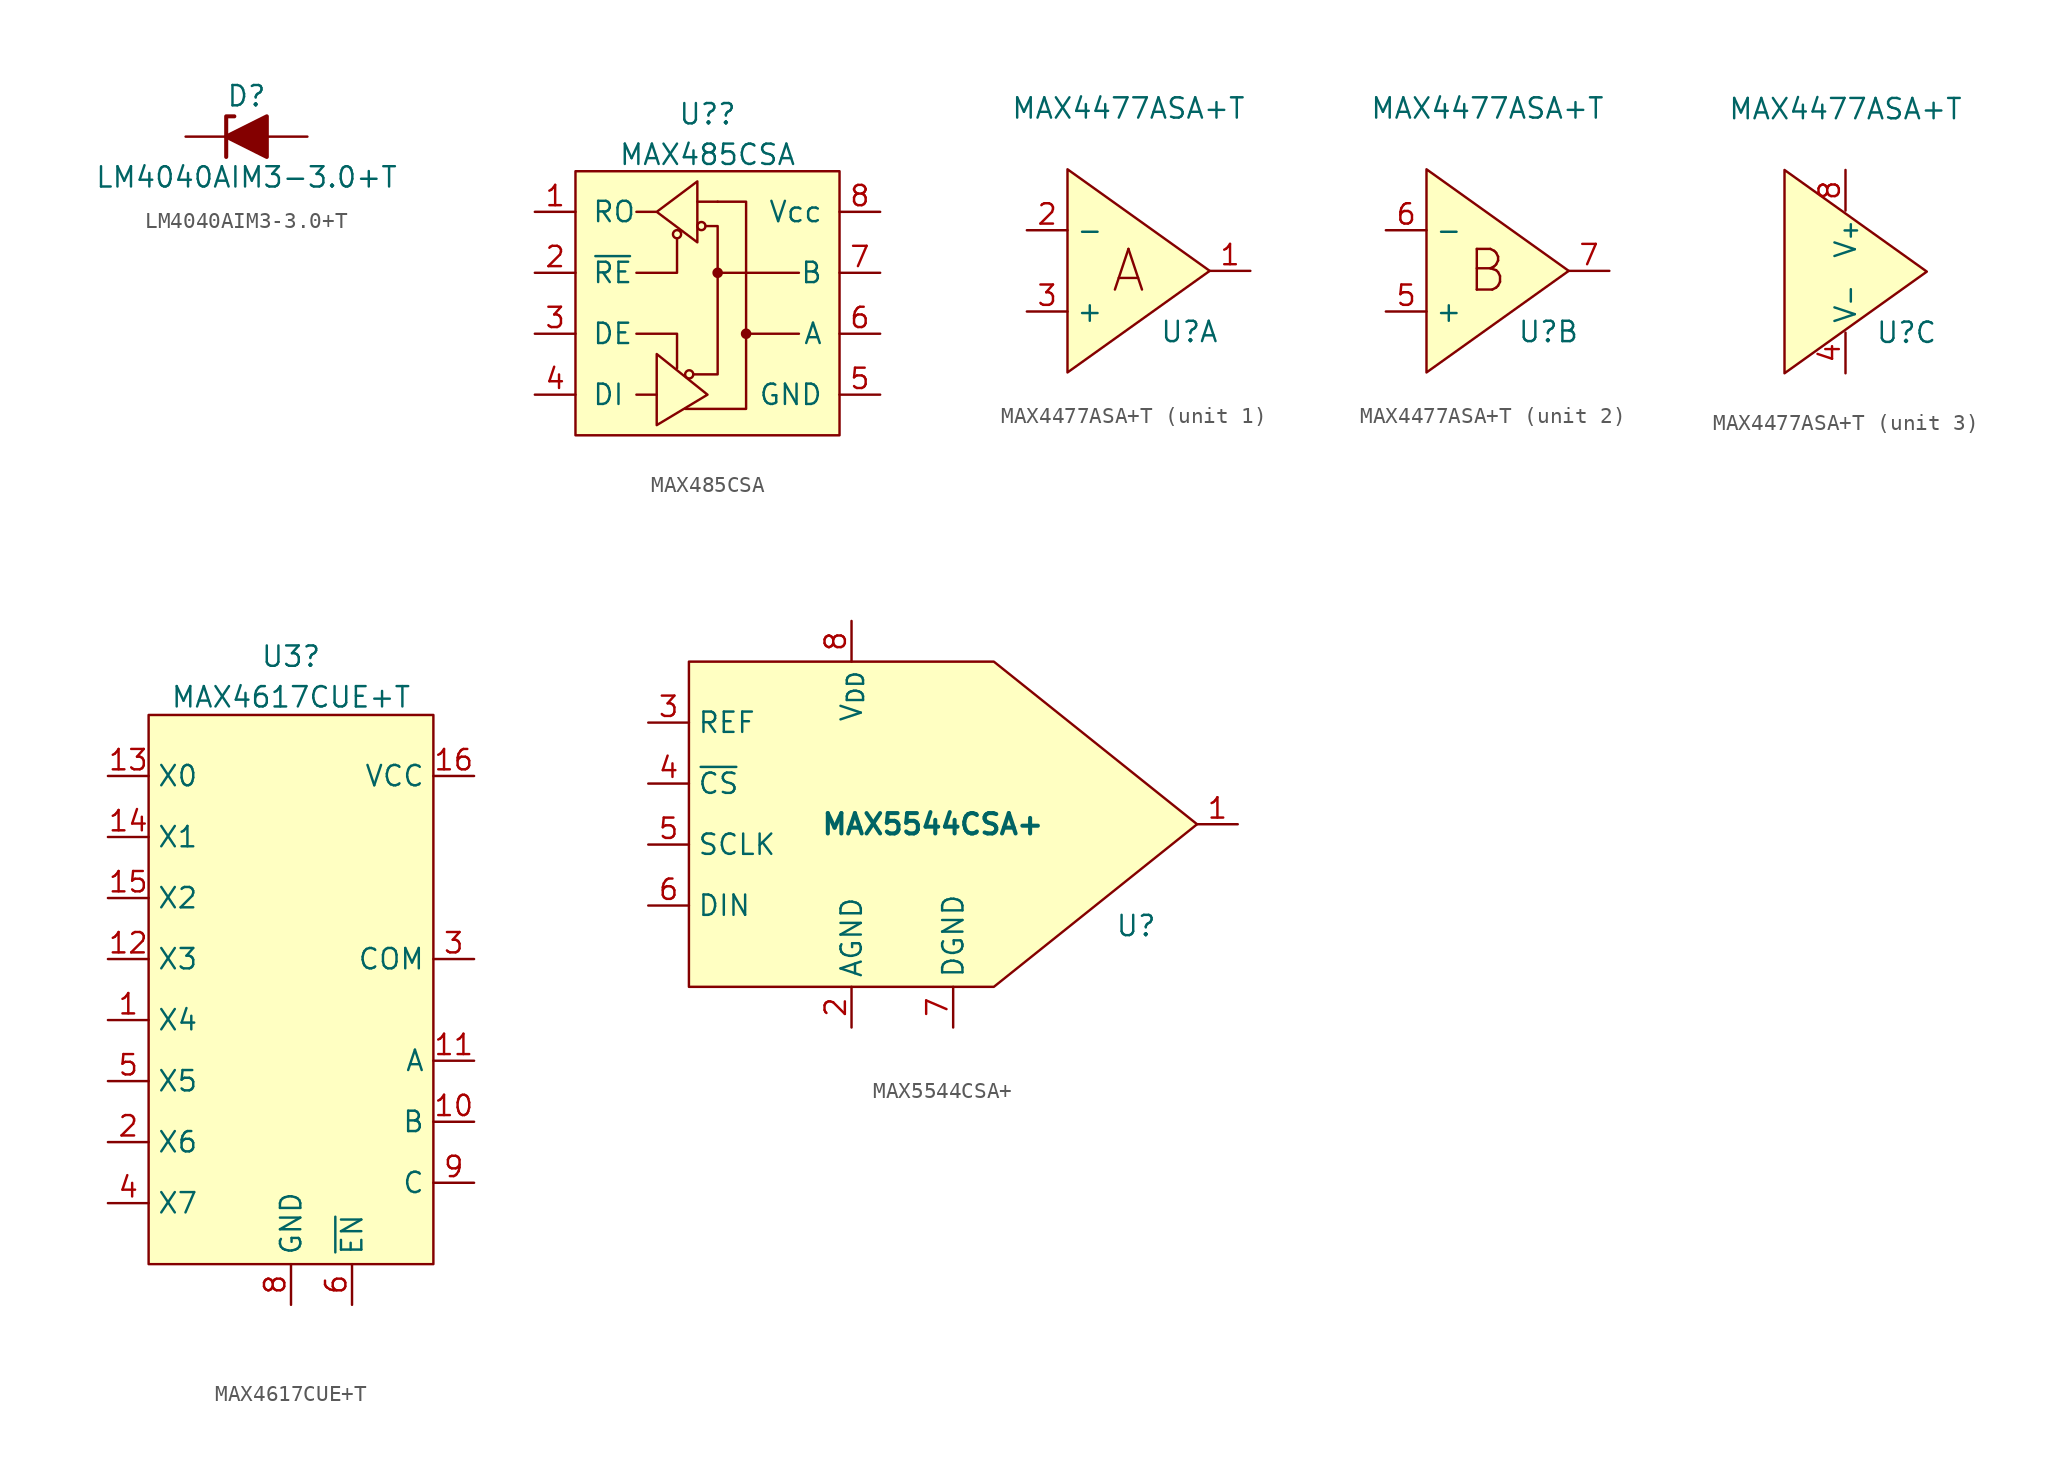
<source format=kicad_sym>
(kicad_symbol_lib
  (version 20220914)
  (generator kicad_symbol_editor)
  (symbol "LM4040AIM3-3.0+T"
    (pin_numbers hide)
    (pin_names
      (offset 1.016) hide)
    (property "Reference" "D"
      (at 0 2.54 0)
      (effects (font (size 1.27 1.27))))
    (property "Value" "LM4040AIM3-3.0+T"
      (at 0 -2.54 0)
      (effects (font (size 1.27 1.27))))
    (symbol "LM4040AIM3-3.0+T_0_1"
      (polyline (pts (xy 1.27 0) (xy -1.27 0)) (stroke (width 0) (type default)) (fill (type none)))
      (polyline (pts (xy -1.27 -1.27) (xy -1.27 1.27) (xy -0.762 1.27)) (stroke (width 0.254) (type default)) (fill (type none)))
      (polyline (pts (xy 1.27 -1.27) (xy 1.27 1.27) (xy -1.27 0) (xy 1.27 -1.27)) (stroke (width 0.254) (type default)) (fill (type outline))))
    (symbol "LM4040AIM3-3.0+T_1_1"
      (pin passive line (at -3.81 0 0) (length 2.54) (name "K" (effects (font (size 1.27 1.27)))) (number "1" (effects (font (size 1.27 1.27)))))
      (pin passive line (at 3.81 0 180) (length 2.54) (name "A" (effects (font (size 1.27 1.27)))) (number "2" (effects (font (size 1.27 1.27)))))
      (pin no_connect line (at 0 3.81 270) (length 3.81) hide (name "NC" (effects (font (size 1.27 1.27)))) (number "3" (effects (font (size 1.27 1.27)))))))
  (symbol "MAX485CSA"
    (pin_names
      (offset 1.016))
    (property "Reference" "U?"
      (at -0.635 11.193 0)
      (effects (font (size 1.27 1.27))))
    (property "Value" "MAX485CSA"
      (at -0.635 8.656 0)
      (effects (font (size 1.27 1.27))))
    (symbol "MAX485CSA_0_1"
      (rectangle (start -8.89 7.62) (end 7.62 -8.89) (stroke (width 0) (type default)) (fill (type background)))
      (circle (center -2.54 3.683) (radius 0.254) (stroke (width 0) (type default)) (fill (type none)))
      (circle (center -1.778 -5.08) (radius 0.254) (stroke (width 0) (type default)) (fill (type none)))
      (circle (center -1.016 4.191) (radius 0.254) (stroke (width 0) (type default)) (fill (type none)))
      (polyline (pts (xy -5.08 -6.35) (xy -3.81 -6.35)) (stroke (width 0) (type default)) (fill (type none)))
      (polyline (pts (xy -1.27 5.715) (xy 0 5.715)) (stroke (width 0) (type default)) (fill (type none)))
      (polyline (pts (xy 0 1.27) (xy 5.08 1.27)) (stroke (width 0) (type default)) (fill (type none)))
      (polyline (pts (xy 1.778 -2.54) (xy 5.08 -2.54)) (stroke (width 0) (type default)) (fill (type none)))
      (polyline (pts (xy -5.08 -2.54) (xy -2.54 -2.54) (xy -2.54 -4.699)) (stroke (width 0) (type default)) (fill (type none)))
      (polyline (pts (xy -5.08 1.27) (xy -2.54 1.27) (xy -2.54 3.429)) (stroke (width 0) (type default)) (fill (type none)))
      (polyline (pts (xy -2.032 -7.239) (xy 1.778 -7.239) (xy 1.778 5.715) (xy 0 5.715)) (stroke (width 0) (type default)) (fill (type none)))
      (polyline (pts (xy -0.762 4.191) (xy 0 4.191) (xy 0 -5.08) (xy -1.524 -5.08)) (stroke (width 0) (type default)) (fill (type none)))
      (polyline (pts (xy -5.08 5.08) (xy -3.81 5.08) (xy -1.27 6.985) (xy -1.27 3.175) (xy -3.81 5.08)) (stroke (width 0) (type default)) (fill (type none)))
      (polyline (pts (xy -3.81 -5.08) (xy -3.81 -8.255) (xy -0.635 -6.35) (xy -3.81 -3.81) (xy -3.81 -5.08)) (stroke (width 0) (type default)) (fill (type none)))
      (circle (center 0 1.27) (radius 0.254) (stroke (width 0) (type default)) (fill (type outline)))
      (circle (center 1.778 -2.54) (radius 0.254) (stroke (width 0) (type default)) (fill (type outline))))
    (symbol "MAX485CSA_1_1"
      (pin output line (at -11.43 5.08 0) (length 2.54) (name "RO" (effects (font (size 1.27 1.27)))) (number "1" (effects (font (size 1.27 1.27)))))
      (pin input line (at -11.43 1.27 0) (length 2.54) (name "~{RE}" (effects (font (size 1.27 1.27)))) (number "2" (effects (font (size 1.27 1.27)))))
      (pin input line (at -11.43 -2.54 0) (length 2.54) (name "DE" (effects (font (size 1.27 1.27)))) (number "3" (effects (font (size 1.27 1.27)))))
      (pin input line (at -11.43 -6.35 0) (length 2.54) (name "DI" (effects (font (size 1.27 1.27)))) (number "4" (effects (font (size 1.27 1.27)))))
      (pin power_in line (at 10.16 -6.35 180) (length 2.54) (name "GND" (effects (font (size 1.27 1.27)))) (number "5" (effects (font (size 1.27 1.27)))))
      (pin bidirectional line (at 10.16 -2.54 180) (length 2.54) (name "A" (effects (font (size 1.27 1.27)))) (number "6" (effects (font (size 1.27 1.27)))))
      (pin bidirectional line (at 10.16 1.27 180) (length 2.54) (name "B" (effects (font (size 1.27 1.27)))) (number "7" (effects (font (size 1.27 1.27)))))
      (pin power_in line (at 10.16 5.08 180) (length 2.54) (name "Vcc" (effects (font (size 1.27 1.27)))) (number "8" (effects (font (size 1.27 1.27)))))))
  (symbol "MAX4477ASA+T"
    (property "Reference" "U"
      (at 3.81 -3.81 0)
      (effects (font (size 1.27 1.27))))
    (property "Value" "MAX4477ASA+T"
      (at 0 10.16 0)
      (effects (font (size 1.27 1.27))))
    (property "ki_locked" ""
      (at 0 0 0)
      (effects (font (size 1.27 1.27))))
    (symbol "MAX4477ASA+T_0_1"
      (polyline (pts (xy -3.81 6.35) (xy -3.81 -6.35) (xy 5.08 0) (xy -3.81 6.35)) (stroke (width 0) (type default)) (fill (type background))))
    (symbol "MAX4477ASA+T_1_1"
      (text "A" (at 0 0 0) (effects (font (size 2.54 2.54))))
      (pin passive line (at 7.62 0 180) (length 2.54) (name "" (effects (font (size 1.27 1.27)))) (number "1" (effects (font (size 1.27 1.27)))))
      (pin passive line (at -6.35 2.54 0) (length 2.54) (name "-" (effects (font (size 1.27 1.27)))) (number "2" (effects (font (size 1.27 1.27)))))
      (pin passive line (at -6.35 -2.54 0) (length 2.54) (name "+" (effects (font (size 1.27 1.27)))) (number "3" (effects (font (size 1.27 1.27))))))
    (symbol "MAX4477ASA+T_2_1"
      (text "B" (at 0 0 0) (effects (font (size 2.54 2.54))))
      (pin passive line (at -6.35 -2.54 0) (length 2.54) (name "+" (effects (font (size 1.27 1.27)))) (number "5" (effects (font (size 1.27 1.27)))))
      (pin passive line (at -6.35 2.54 0) (length 2.54) (name "-" (effects (font (size 1.27 1.27)))) (number "6" (effects (font (size 1.27 1.27)))))
      (pin passive line (at 7.62 0 180) (length 2.54) (name "" (effects (font (size 1.27 1.27)))) (number "7" (effects (font (size 1.27 1.27))))))
    (symbol "MAX4477ASA+T_3_1"
      (pin power_in line (at 0 -6.35 90) (length 2.54) (name "V_{-}" (effects (font (size 1.27 1.27)))) (number "4" (effects (font (size 1.27 1.27)))))
      (pin power_in line (at 0 6.35 270) (length 2.54) (name "V_{+}" (effects (font (size 1.27 1.27)))) (number "8" (effects (font (size 1.27 1.27)))))))
  (symbol "MAX4617CUE+T"
    (property "Reference" "U3"
      (at 0 18.889 0)
      (effects (font (size 1.27 1.27))))
    (property "Value" "MAX4617CUE+T"
      (at 0 16.352 0)
      (effects (font (size 1.27 1.27))))
    (symbol "MAX4617CUE+T_0_1"
      (rectangle (start -8.89 15.24) (end 8.89 -19.05) (stroke (width 0.152) (type default)) (fill (type background))))
    (symbol "MAX4617CUE+T_1_1"
      (pin bidirectional line (at -11.43 -3.81 0) (length 2.54) (name "X4" (effects (font (size 1.27 1.27)))) (number "1" (effects (font (size 1.27 1.27)))))
      (pin input line (at 11.43 -10.16 180) (length 2.54) (name "B" (effects (font (size 1.27 1.27)))) (number "10" (effects (font (size 1.27 1.27)))))
      (pin input line (at 11.43 -6.35 180) (length 2.54) (name "A" (effects (font (size 1.27 1.27)))) (number "11" (effects (font (size 1.27 1.27)))))
      (pin bidirectional line (at -11.43 0 0) (length 2.54) (name "X3" (effects (font (size 1.27 1.27)))) (number "12" (effects (font (size 1.27 1.27)))))
      (pin bidirectional line (at -11.43 11.43 0) (length 2.54) (name "X0" (effects (font (size 1.27 1.27)))) (number "13" (effects (font (size 1.27 1.27)))))
      (pin bidirectional line (at -11.43 7.62 0) (length 2.54) (name "X1" (effects (font (size 1.27 1.27)))) (number "14" (effects (font (size 1.27 1.27)))))
      (pin bidirectional line (at -11.43 3.81 0) (length 2.54) (name "X2" (effects (font (size 1.27 1.27)))) (number "15" (effects (font (size 1.27 1.27)))))
      (pin input line (at 11.43 11.43 180) (length 2.54) (name "VCC" (effects (font (size 1.27 1.27)))) (number "16" (effects (font (size 1.27 1.27)))))
      (pin bidirectional line (at -11.43 -11.43 0) (length 2.54) (name "X6" (effects (font (size 1.27 1.27)))) (number "2" (effects (font (size 1.27 1.27)))))
      (pin bidirectional line (at 11.43 0 180) (length 2.54) (name "COM" (effects (font (size 1.27 1.27)))) (number "3" (effects (font (size 1.27 1.27)))))
      (pin bidirectional line (at -11.43 -15.24 0) (length 2.54) (name "X7" (effects (font (size 1.27 1.27)))) (number "4" (effects (font (size 1.27 1.27)))))
      (pin bidirectional line (at -11.43 -7.62 0) (length 2.54) (name "X5" (effects (font (size 1.27 1.27)))) (number "5" (effects (font (size 1.27 1.27)))))
      (pin input line (at 3.81 -21.59 90) (length 2.54) (name "~{EN}" (effects (font (size 1.27 1.27)))) (number "6" (effects (font (size 1.27 1.27)))))
      (pin no_connect line (at -3.81 -21.59 90) (length 2.54) hide (name "NC" (effects (font (size 1.27 1.27)))) (number "7" (effects (font (size 1.27 1.27)))))
      (pin power_in line (at 0 -21.59 90) (length 2.54) (name "GND" (effects (font (size 1.27 1.27)))) (number "8" (effects (font (size 1.27 1.27)))))
      (pin input line (at 11.43 -13.97 180) (length 2.54) (name "C" (effects (font (size 1.27 1.27)))) (number "9" (effects (font (size 1.27 1.27)))))))
  (symbol "MAX5544CSA+"
    (property "Reference" "U"
      (at 17.78 -6.35 0)
      (effects (font (size 1.27 1.27))))
    (property "Value" "MAX5544CSA+"
      (at 5.08 0 0)
      (effects (font (size 1.27 1.27) bold)))
    (symbol "MAX5544CSA+_0_1"
      (polyline (pts (xy 8.89 10.16) (xy -10.16 10.16) (xy -10.16 -10.16) (xy 8.89 -10.16) (xy 21.59 0) (xy 8.89 10.16)) (stroke (width 0) (type default)) (fill (type background))))
    (symbol "MAX5544CSA+_1_1"
      (pin output line (at 24.13 0 180) (length 2.54) (name "" (effects (font (size 1.27 1.27)))) (number "1" (effects (font (size 1.27 1.27)))))
      (pin power_in line (at 0 -12.7 90) (length 2.54) (name "AGND" (effects (font (size 1.27 1.27)))) (number "2" (effects (font (size 1.27 1.27)))))
      (pin power_in line (at -12.7 6.35 0) (length 2.54) (name "REF" (effects (font (size 1.27 1.27)))) (number "3" (effects (font (size 1.27 1.27)))))
      (pin input line (at -12.7 2.54 0) (length 2.54) (name "~{CS}" (effects (font (size 1.27 1.27)))) (number "4" (effects (font (size 1.27 1.27)))))
      (pin input line (at -12.7 -1.27 0) (length 2.54) (name "SCLK" (effects (font (size 1.27 1.27)))) (number "5" (effects (font (size 1.27 1.27)))))
      (pin input line (at -12.7 -5.08 0) (length 2.54) (name "DIN" (effects (font (size 1.27 1.27)))) (number "6" (effects (font (size 1.27 1.27)))))
      (pin power_in line (at 6.35 -12.7 90) (length 2.54) (name "DGND" (effects (font (size 1.27 1.27)))) (number "7" (effects (font (size 1.27 1.27)))))
      (pin power_in line (at 0 12.7 270) (length 2.54) (name "V_{DD}" (effects (font (size 1.27 1.27)))) (number "8" (effects (font (size 1.27 1.27))))))))
</source>
